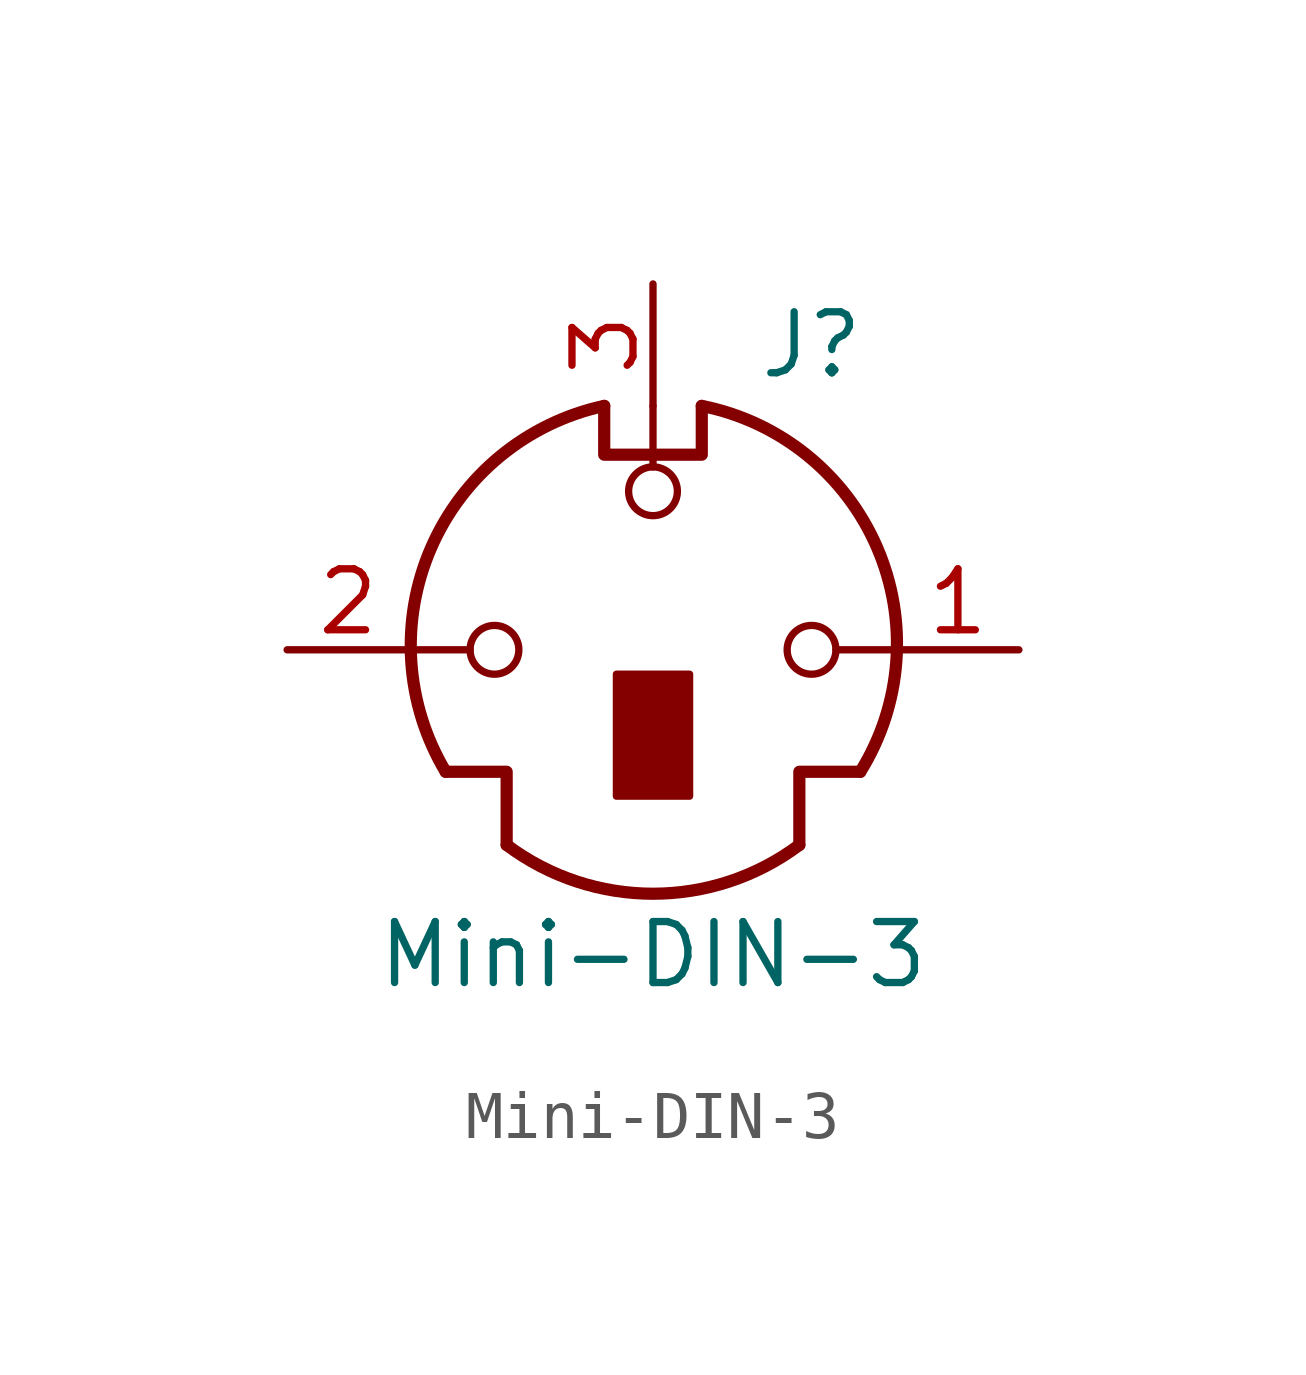
<source format=kicad_sym>
(kicad_symbol_lib
  (version 20211014)
  (generator kicad_symbol_editor)
  (symbol "Mini-DIN-3"
    (pin_names
      (offset 1.016))
    (property "Reference" "J"
      (at 3.302 6.35 0)
      (effects (font (size 1.27 1.27))))
    (property "Value" "Mini-DIN-3"
      (at 0 -6.35 0)
      (effects (font (size 1.27 1.27))))
    (symbol "Mini-DIN-3_0_1"
      (circle (center -3.302 0) (radius 0.508) (stroke (width 0) (type default) (color 0 0 0 0)) (fill (type none)))
      (arc (start -3.048 -4.064) (mid 0 -5.08) (end 3.048 -4.064) (stroke (width 0.254) (type default) (color 0 0 0 0)) (fill (type none)))
      (arc (start -1.016 5.08) (mid -4.6228 2.1214) (end -4.318 -2.54) (stroke (width 0.254) (type default) (color 0 0 0 0)) (fill (type none)))
      (rectangle (start -0.762 -0.508) (end 0.762 -3.048) (stroke (width 0) (type default) (color 0 0 0 0)) (fill (type outline)))
      (polyline (pts (xy -3.81 0) (xy -5.08 0)) (stroke (width 0) (type default) (color 0 0 0 0)) (fill (type none)))
      (polyline (pts (xy 0 3.81) (xy 0 5.08)) (stroke (width 0) (type default) (color 0 0 0 0)) (fill (type none)))
      (polyline (pts (xy 5.08 0) (xy 3.81 0)) (stroke (width 0) (type default) (color 0 0 0 0)) (fill (type none)))
      (polyline (pts (xy -4.318 -2.54) (xy -3.048 -2.54) (xy -3.048 -4.064)) (stroke (width 0.254) (type default) (color 0 0 0 0)) (fill (type none)))
      (polyline (pts (xy 4.318 -2.54) (xy 3.048 -2.54) (xy 3.048 -4.064)) (stroke (width 0.254) (type default) (color 0 0 0 0)) (fill (type none)))
      (polyline (pts (xy -1.016 5.08) (xy -1.016 4.064) (xy 1.016 4.064) (xy 1.016 5.08)) (stroke (width 0.254) (type default) (color 0 0 0 0)) (fill (type none)))
      (circle (center 0 3.302) (radius 0.508) (stroke (width 0) (type default) (color 0 0 0 0)) (fill (type none)))
      (circle (center 3.302 0) (radius 0.508) (stroke (width 0) (type default) (color 0 0 0 0)) (fill (type none)))
      (arc (start 4.318 -2.54) (mid 4.6661 2.1322) (end 1.016 5.08) (stroke (width 0.254) (type default) (color 0 0 0 0)) (fill (type none))))
    (symbol "Mini-DIN-3_1_1"
      (pin passive line (at 7.62 0 180) (length 2.54) (name "~" (effects (font (size 1.27 1.27)))) (number "1" (effects (font (size 1.27 1.27)))))
      (pin passive line (at -7.62 0 0) (length 2.54) (name "~" (effects (font (size 1.27 1.27)))) (number "2" (effects (font (size 1.27 1.27)))))
      (pin passive line (at 0 7.62 270) (length 2.54) (name "~" (effects (font (size 1.27 1.27)))) (number "3" (effects (font (size 1.27 1.27))))))))
</source>
